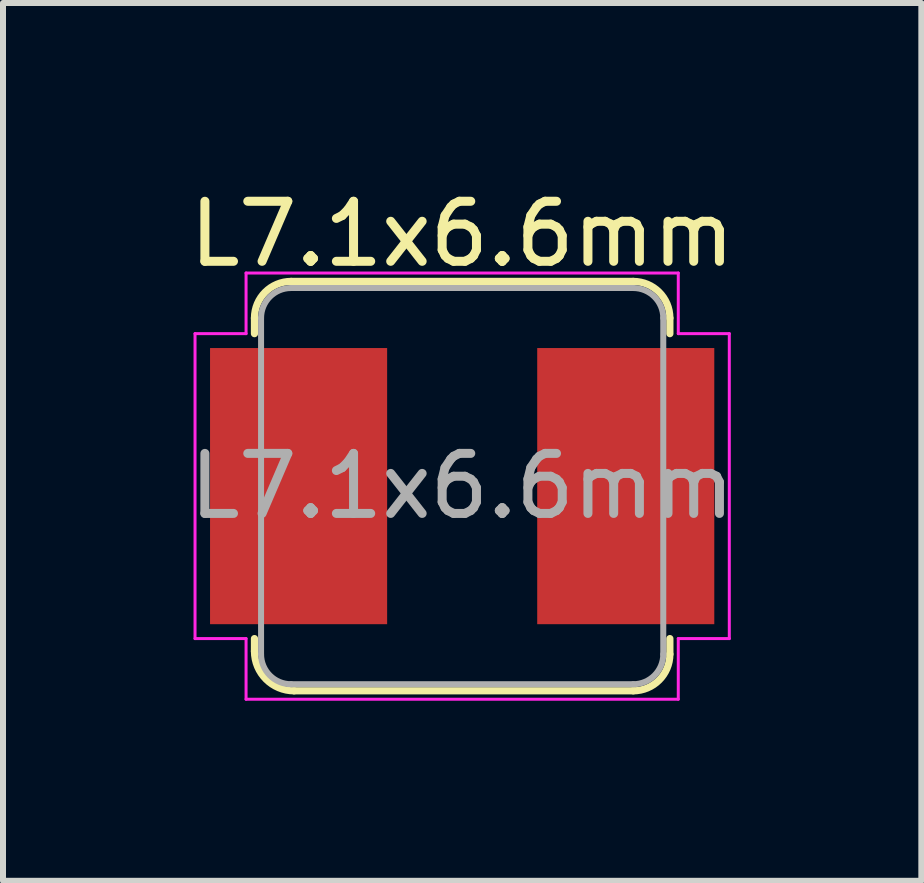
<source format=kicad_pcb>
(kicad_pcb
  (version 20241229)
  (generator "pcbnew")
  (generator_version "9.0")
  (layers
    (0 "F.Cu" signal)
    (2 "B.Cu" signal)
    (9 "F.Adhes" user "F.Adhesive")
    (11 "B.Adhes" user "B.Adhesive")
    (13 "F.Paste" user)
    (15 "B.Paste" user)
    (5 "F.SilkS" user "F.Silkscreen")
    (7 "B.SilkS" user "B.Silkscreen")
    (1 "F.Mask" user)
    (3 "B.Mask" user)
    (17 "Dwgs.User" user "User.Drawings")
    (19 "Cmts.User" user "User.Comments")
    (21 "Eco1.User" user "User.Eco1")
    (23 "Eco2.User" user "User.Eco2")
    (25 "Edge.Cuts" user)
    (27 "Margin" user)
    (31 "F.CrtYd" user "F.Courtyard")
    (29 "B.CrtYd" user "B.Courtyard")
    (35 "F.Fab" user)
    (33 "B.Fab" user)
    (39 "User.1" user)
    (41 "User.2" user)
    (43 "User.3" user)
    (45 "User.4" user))
  (footprint "L7.1x6.6mm"
    (layer "F.Cu")
    (at 4.649 5.048)
    (property "Reference" "L7.1x6.6mm" (at 0 -4.2 0) (layer "F.SilkS") (effects (font (size 1 1) (thickness 0.15))))
    (attr smd)
    (fp_line (start -3.46 -2.54) (end -3.46 -2.8) (stroke (width 0.12) (type solid)) (layer "F.SilkS"))
    (fp_line (start -3.46 2.75) (end -3.46 2.54) (stroke (width 0.12) (type solid)) (layer "F.SilkS"))
    (fp_line (start -2.85 -3.41) (end 2.85 -3.41) (stroke (width 0.12) (type solid)) (layer "F.SilkS"))
    (fp_line (start 2.85 3.41) (end -2.8 3.41) (stroke (width 0.12) (type solid)) (layer "F.SilkS"))
    (fp_line (start 3.46 -2.8) (end 3.46 -2.54) (stroke (width 0.12) (type solid)) (layer "F.SilkS"))
    (fp_line (start 3.46 2.54) (end 3.46 2.8) (stroke (width 0.12) (type solid)) (layer "F.SilkS"))
    (fp_arc (start -3.46 -2.8) (mid -3.281335 -3.231335) (end -2.85 -3.41) (stroke (width 0.12) (type solid)) (layer "F.SilkS"))
    (fp_arc (start -2.8 3.41) (mid -3.26669 3.21669) (end -3.46 2.75) (stroke (width 0.12) (type solid)) (layer "F.SilkS"))
    (fp_arc (start 2.85 -3.41) (mid 3.281335 -3.231335) (end 3.46 -2.8) (stroke (width 0.12) (type solid)) (layer "F.SilkS"))
    (fp_arc (start 3.46 2.8) (mid 3.281335 3.231335) (end 2.85 3.41) (stroke (width 0.12) (type solid)) (layer "F.SilkS"))
    (fp_line (start -4.45 -2.54) (end -3.6 -2.54) (stroke (width 0.05) (type solid)) (layer "F.CrtYd"))
    (fp_line (start -4.45 2.54) (end -4.45 -2.54) (stroke (width 0.05) (type solid)) (layer "F.CrtYd"))
    (fp_line (start -3.6 -3.55) (end 3.6 -3.55) (stroke (width 0.05) (type solid)) (layer "F.CrtYd"))
    (fp_line (start -3.6 -2.54) (end -3.6 -3.55) (stroke (width 0.05) (type solid)) (layer "F.CrtYd"))
    (fp_line (start -3.6 2.54) (end -4.45 2.54) (stroke (width 0.05) (type solid)) (layer "F.CrtYd"))
    (fp_line (start -3.6 3.55) (end -3.6 2.54) (stroke (width 0.05) (type solid)) (layer "F.CrtYd"))
    (fp_line (start 3.6 -3.55) (end 3.6 -2.54) (stroke (width 0.05) (type solid)) (layer "F.CrtYd"))
    (fp_line (start 3.6 -2.54) (end 4.45 -2.54) (stroke (width 0.05) (type solid)) (layer "F.CrtYd"))
    (fp_line (start 3.6 2.54) (end 3.6 3.55) (stroke (width 0.05) (type solid)) (layer "F.CrtYd"))
    (fp_line (start 3.6 3.55) (end -3.6 3.55) (stroke (width 0.05) (type solid)) (layer "F.CrtYd"))
    (fp_line (start 4.45 -2.54) (end 4.45 2.54) (stroke (width 0.05) (type solid)) (layer "F.CrtYd"))
    (fp_line (start 4.45 2.54) (end 3.6 2.54) (stroke (width 0.05) (type solid)) (layer "F.CrtYd"))
    (fp_line (start -3.35 2.8) (end -3.35 -2.8) (stroke (width 0.1) (type solid)) (layer "F.Fab"))
    (fp_line (start -2.85 -3.3) (end 2.85 -3.3) (stroke (width 0.1) (type solid)) (layer "F.Fab"))
    (fp_line (start 2.85 3.3) (end -2.85 3.3) (stroke (width 0.1) (type solid)) (layer "F.Fab"))
    (fp_line (start 3.35 -2.8) (end 3.35 2.8) (stroke (width 0.1) (type solid)) (layer "F.Fab"))
    (fp_arc (start -3.35 -2.8) (mid -3.203553 -3.153553) (end -2.85 -3.3) (stroke (width 0.1) (type solid)) (layer "F.Fab"))
    (fp_arc (start -2.85 3.3) (mid -3.203553 3.153553) (end -3.35 2.8) (stroke (width 0.1) (type solid)) (layer "F.Fab"))
    (fp_arc (start 2.85 -3.3) (mid 3.203553 -3.153553) (end 3.35 -2.8) (stroke (width 0.1) (type solid)) (layer "F.Fab"))
    (fp_arc (start 3.35 2.8) (mid 3.203553 3.153553) (end 2.85 3.3) (stroke (width 0.1) (type solid)) (layer "F.Fab"))
    (fp_text user "${REFERENCE}" (at 0 0 0) (layer "F.Fab") (effects (font (size 1 1) (thickness 0.15))))
    (pad "1" smd rect (at -2.725 0) (size 2.95 4.6) (layers "F.Cu" "F.Mask" "F.Paste"))
    (pad "2" smd rect (at 2.725 0) (size 2.95 4.6) (layers "F.Cu" "F.Mask" "F.Paste")))
  (gr_rect
    (start -3 -3)
    (end 12.298 11.623)
    (stroke (width 0.1) (type default))
    (fill no)
    (layer "Edge.Cuts")))
</source>
